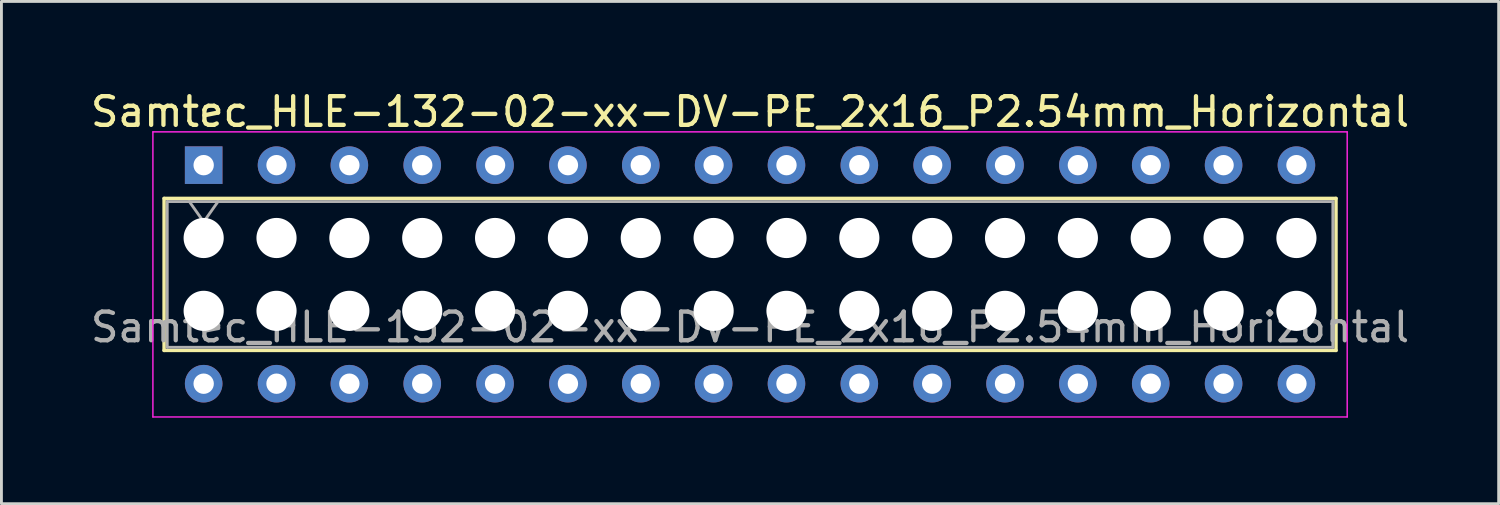
<source format=kicad_pcb>
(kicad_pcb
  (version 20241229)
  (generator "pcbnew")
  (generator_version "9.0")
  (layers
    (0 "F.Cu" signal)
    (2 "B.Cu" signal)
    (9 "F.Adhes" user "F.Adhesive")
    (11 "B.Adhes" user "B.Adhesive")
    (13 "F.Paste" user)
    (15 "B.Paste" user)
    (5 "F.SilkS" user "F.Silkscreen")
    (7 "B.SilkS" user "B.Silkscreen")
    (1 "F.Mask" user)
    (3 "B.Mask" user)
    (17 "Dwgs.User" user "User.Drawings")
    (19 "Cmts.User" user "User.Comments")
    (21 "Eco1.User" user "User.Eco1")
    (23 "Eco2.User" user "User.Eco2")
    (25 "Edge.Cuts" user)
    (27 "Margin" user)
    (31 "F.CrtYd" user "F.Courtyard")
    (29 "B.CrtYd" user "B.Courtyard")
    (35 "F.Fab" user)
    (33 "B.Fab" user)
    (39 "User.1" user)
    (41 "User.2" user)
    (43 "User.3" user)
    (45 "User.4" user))
  (footprint "Samtec_HLE-132-02-xx-DV-PE_2x16_P2.54mm_Horizontal"
    (layer "F.Cu")
    (at 4.051 2.708)
    (property "Reference" "Samtec_HLE-132-02-xx-DV-PE_2x16_P2.54mm_Horizontal" (at 19.05 -1.86 0) (layer "F.SilkS") (effects (font (size 1 1) (thickness 0.15))))
    (attr through_hole)
    (fp_line (start -1.38 1.16) (end 39.48 1.16) (stroke (width 0.12) (type solid)) (layer "F.SilkS"))
    (fp_line (start -1.38 6.46) (end -1.38 1.16) (stroke (width 0.12) (type solid)) (layer "F.SilkS"))
    (fp_line (start 39.48 1.16) (end 39.48 6.46) (stroke (width 0.12) (type solid)) (layer "F.SilkS"))
    (fp_line (start 39.48 6.46) (end -1.38 6.46) (stroke (width 0.12) (type solid)) (layer "F.SilkS"))
    (fp_line (start -1.77 -1.16) (end 39.87 -1.16) (stroke (width 0.05) (type solid)) (layer "F.CrtYd"))
    (fp_line (start -1.77 8.78) (end -1.77 -1.16) (stroke (width 0.05) (type solid)) (layer "F.CrtYd"))
    (fp_line (start 39.87 -1.16) (end 39.87 8.78) (stroke (width 0.05) (type solid)) (layer "F.CrtYd"))
    (fp_line (start 39.87 8.78) (end -1.77 8.78) (stroke (width 0.05) (type solid)) (layer "F.CrtYd"))
    (fp_line (start -1.27 1.27) (end 39.37 1.27) (stroke (width 0.1) (type solid)) (layer "F.Fab"))
    (fp_line (start -1.27 6.35) (end -1.27 1.27) (stroke (width 0.1) (type solid)) (layer "F.Fab"))
    (fp_line (start -0.5 1.27) (end 0 1.977) (stroke (width 0.1) (type solid)) (layer "F.Fab"))
    (fp_line (start 0 1.977) (end 0.5 1.27) (stroke (width 0.1) (type solid)) (layer "F.Fab"))
    (fp_line (start 39.37 1.27) (end 39.37 6.35) (stroke (width 0.1) (type solid)) (layer "F.Fab"))
    (fp_line (start 39.37 6.35) (end -1.27 6.35) (stroke (width 0.1) (type solid)) (layer "F.Fab"))
    (fp_text user "${REFERENCE}" (at 19.05 5.65 0) (layer "F.Fab") (effects (font (size 1 1) (thickness 0.15))))
    (pad "" np_thru_hole circle (at 0 2.54) (size 1.4 1.4) (drill 1.4) (layers "*.Cu" "*.Mask"))
    (pad "" np_thru_hole circle (at 0 5.08) (size 1.4 1.4) (drill 1.4) (layers "*.Cu" "*.Mask"))
    (pad "" np_thru_hole circle (at 2.54 2.54) (size 1.4 1.4) (drill 1.4) (layers "*.Cu" "*.Mask"))
    (pad "" np_thru_hole circle (at 2.54 5.08) (size 1.4 1.4) (drill 1.4) (layers "*.Cu" "*.Mask"))
    (pad "" np_thru_hole circle (at 5.08 2.54) (size 1.4 1.4) (drill 1.4) (layers "*.Cu" "*.Mask"))
    (pad "" np_thru_hole circle (at 5.08 5.08) (size 1.4 1.4) (drill 1.4) (layers "*.Cu" "*.Mask"))
    (pad "" np_thru_hole circle (at 7.62 2.54) (size 1.4 1.4) (drill 1.4) (layers "*.Cu" "*.Mask"))
    (pad "" np_thru_hole circle (at 7.62 5.08) (size 1.4 1.4) (drill 1.4) (layers "*.Cu" "*.Mask"))
    (pad "" np_thru_hole circle (at 10.16 2.54) (size 1.4 1.4) (drill 1.4) (layers "*.Cu" "*.Mask"))
    (pad "" np_thru_hole circle (at 10.16 5.08) (size 1.4 1.4) (drill 1.4) (layers "*.Cu" "*.Mask"))
    (pad "" np_thru_hole circle (at 12.7 2.54) (size 1.4 1.4) (drill 1.4) (layers "*.Cu" "*.Mask"))
    (pad "" np_thru_hole circle (at 12.7 5.08) (size 1.4 1.4) (drill 1.4) (layers "*.Cu" "*.Mask"))
    (pad "" np_thru_hole circle (at 15.24 2.54) (size 1.4 1.4) (drill 1.4) (layers "*.Cu" "*.Mask"))
    (pad "" np_thru_hole circle (at 15.24 5.08) (size 1.4 1.4) (drill 1.4) (layers "*.Cu" "*.Mask"))
    (pad "" np_thru_hole circle (at 17.78 2.54) (size 1.4 1.4) (drill 1.4) (layers "*.Cu" "*.Mask"))
    (pad "" np_thru_hole circle (at 17.78 5.08) (size 1.4 1.4) (drill 1.4) (layers "*.Cu" "*.Mask"))
    (pad "" np_thru_hole circle (at 20.32 2.54) (size 1.4 1.4) (drill 1.4) (layers "*.Cu" "*.Mask"))
    (pad "" np_thru_hole circle (at 20.32 5.08) (size 1.4 1.4) (drill 1.4) (layers "*.Cu" "*.Mask"))
    (pad "" np_thru_hole circle (at 22.86 2.54) (size 1.4 1.4) (drill 1.4) (layers "*.Cu" "*.Mask"))
    (pad "" np_thru_hole circle (at 22.86 5.08) (size 1.4 1.4) (drill 1.4) (layers "*.Cu" "*.Mask"))
    (pad "" np_thru_hole circle (at 25.4 2.54) (size 1.4 1.4) (drill 1.4) (layers "*.Cu" "*.Mask"))
    (pad "" np_thru_hole circle (at 25.4 5.08) (size 1.4 1.4) (drill 1.4) (layers "*.Cu" "*.Mask"))
    (pad "" np_thru_hole circle (at 27.94 2.54) (size 1.4 1.4) (drill 1.4) (layers "*.Cu" "*.Mask"))
    (pad "" np_thru_hole circle (at 27.94 5.08) (size 1.4 1.4) (drill 1.4) (layers "*.Cu" "*.Mask"))
    (pad "" np_thru_hole circle (at 30.48 2.54) (size 1.4 1.4) (drill 1.4) (layers "*.Cu" "*.Mask"))
    (pad "" np_thru_hole circle (at 30.48 5.08) (size 1.4 1.4) (drill 1.4) (layers "*.Cu" "*.Mask"))
    (pad "" np_thru_hole circle (at 33.02 2.54) (size 1.4 1.4) (drill 1.4) (layers "*.Cu" "*.Mask"))
    (pad "" np_thru_hole circle (at 33.02 5.08) (size 1.4 1.4) (drill 1.4) (layers "*.Cu" "*.Mask"))
    (pad "" np_thru_hole circle (at 35.56 2.54) (size 1.4 1.4) (drill 1.4) (layers "*.Cu" "*.Mask"))
    (pad "" np_thru_hole circle (at 35.56 5.08) (size 1.4 1.4) (drill 1.4) (layers "*.Cu" "*.Mask"))
    (pad "" np_thru_hole circle (at 38.1 2.54) (size 1.4 1.4) (drill 1.4) (layers "*.Cu" "*.Mask"))
    (pad "" np_thru_hole circle (at 38.1 5.08) (size 1.4 1.4) (drill 1.4) (layers "*.Cu" "*.Mask"))
    (pad "1" thru_hole rect (at 0 0) (size 1.31 1.31) (drill 0.71) (layers "*.Cu" "*.Mask"))
    (pad "2" thru_hole circle (at 0 7.62) (size 1.31 1.31) (drill 0.71) (layers "*.Cu" "*.Mask"))
    (pad "3" thru_hole circle (at 2.54 0) (size 1.31 1.31) (drill 0.71) (layers "*.Cu" "*.Mask"))
    (pad "4" thru_hole circle (at 2.54 7.62) (size 1.31 1.31) (drill 0.71) (layers "*.Cu" "*.Mask"))
    (pad "5" thru_hole circle (at 5.08 0) (size 1.31 1.31) (drill 0.71) (layers "*.Cu" "*.Mask"))
    (pad "6" thru_hole circle (at 5.08 7.62) (size 1.31 1.31) (drill 0.71) (layers "*.Cu" "*.Mask"))
    (pad "7" thru_hole circle (at 7.62 0) (size 1.31 1.31) (drill 0.71) (layers "*.Cu" "*.Mask"))
    (pad "8" thru_hole circle (at 7.62 7.62) (size 1.31 1.31) (drill 0.71) (layers "*.Cu" "*.Mask"))
    (pad "9" thru_hole circle (at 10.16 0) (size 1.31 1.31) (drill 0.71) (layers "*.Cu" "*.Mask"))
    (pad "10" thru_hole circle (at 10.16 7.62) (size 1.31 1.31) (drill 0.71) (layers "*.Cu" "*.Mask"))
    (pad "11" thru_hole circle (at 12.7 0) (size 1.31 1.31) (drill 0.71) (layers "*.Cu" "*.Mask"))
    (pad "12" thru_hole circle (at 12.7 7.62) (size 1.31 1.31) (drill 0.71) (layers "*.Cu" "*.Mask"))
    (pad "13" thru_hole circle (at 15.24 0) (size 1.31 1.31) (drill 0.71) (layers "*.Cu" "*.Mask"))
    (pad "14" thru_hole circle (at 15.24 7.62) (size 1.31 1.31) (drill 0.71) (layers "*.Cu" "*.Mask"))
    (pad "15" thru_hole circle (at 17.78 0) (size 1.31 1.31) (drill 0.71) (layers "*.Cu" "*.Mask"))
    (pad "16" thru_hole circle (at 17.78 7.62) (size 1.31 1.31) (drill 0.71) (layers "*.Cu" "*.Mask"))
    (pad "17" thru_hole circle (at 20.32 0) (size 1.31 1.31) (drill 0.71) (layers "*.Cu" "*.Mask"))
    (pad "18" thru_hole circle (at 20.32 7.62) (size 1.31 1.31) (drill 0.71) (layers "*.Cu" "*.Mask"))
    (pad "19" thru_hole circle (at 22.86 0) (size 1.31 1.31) (drill 0.71) (layers "*.Cu" "*.Mask"))
    (pad "20" thru_hole circle (at 22.86 7.62) (size 1.31 1.31) (drill 0.71) (layers "*.Cu" "*.Mask"))
    (pad "21" thru_hole circle (at 25.4 0) (size 1.31 1.31) (drill 0.71) (layers "*.Cu" "*.Mask"))
    (pad "22" thru_hole circle (at 25.4 7.62) (size 1.31 1.31) (drill 0.71) (layers "*.Cu" "*.Mask"))
    (pad "23" thru_hole circle (at 27.94 0) (size 1.31 1.31) (drill 0.71) (layers "*.Cu" "*.Mask"))
    (pad "24" thru_hole circle (at 27.94 7.62) (size 1.31 1.31) (drill 0.71) (layers "*.Cu" "*.Mask"))
    (pad "25" thru_hole circle (at 30.48 0) (size 1.31 1.31) (drill 0.71) (layers "*.Cu" "*.Mask"))
    (pad "26" thru_hole circle (at 30.48 7.62) (size 1.31 1.31) (drill 0.71) (layers "*.Cu" "*.Mask"))
    (pad "27" thru_hole circle (at 33.02 0) (size 1.31 1.31) (drill 0.71) (layers "*.Cu" "*.Mask"))
    (pad "28" thru_hole circle (at 33.02 7.62) (size 1.31 1.31) (drill 0.71) (layers "*.Cu" "*.Mask"))
    (pad "29" thru_hole circle (at 35.56 0) (size 1.31 1.31) (drill 0.71) (layers "*.Cu" "*.Mask"))
    (pad "30" thru_hole circle (at 35.56 7.62) (size 1.31 1.31) (drill 0.71) (layers "*.Cu" "*.Mask"))
    (pad "31" thru_hole circle (at 38.1 0) (size 1.31 1.31) (drill 0.71) (layers "*.Cu" "*.Mask"))
    (pad "32" thru_hole circle (at 38.1 7.62) (size 1.31 1.31) (drill 0.71) (layers "*.Cu" "*.Mask")))
  (gr_rect
    (start -3 -3)
    (end 49.202 14.513)
    (stroke (width 0.1) (type default))
    (fill no)
    (layer "Edge.Cuts")))
</source>
